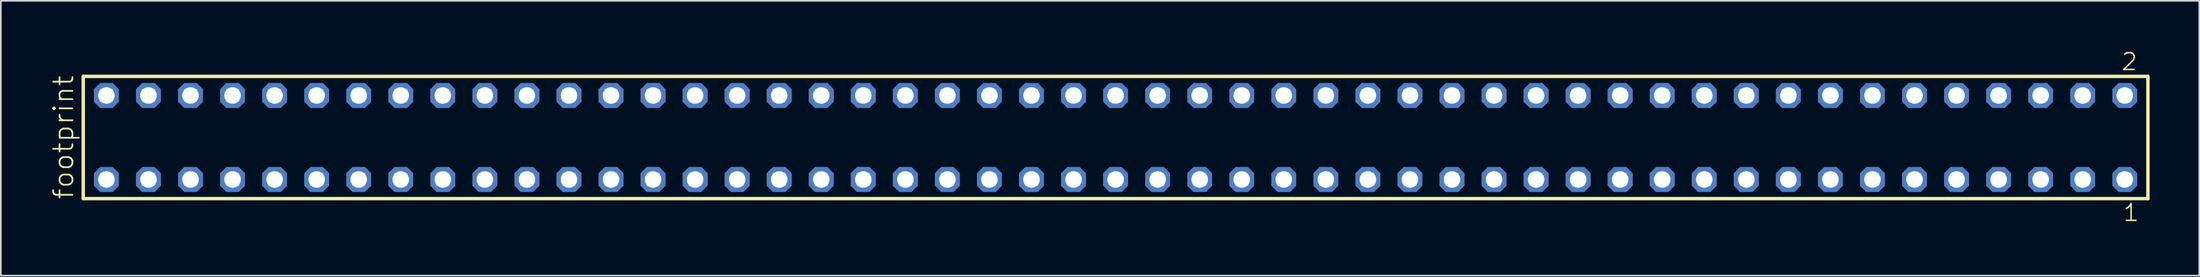
<source format=kicad_pcb>
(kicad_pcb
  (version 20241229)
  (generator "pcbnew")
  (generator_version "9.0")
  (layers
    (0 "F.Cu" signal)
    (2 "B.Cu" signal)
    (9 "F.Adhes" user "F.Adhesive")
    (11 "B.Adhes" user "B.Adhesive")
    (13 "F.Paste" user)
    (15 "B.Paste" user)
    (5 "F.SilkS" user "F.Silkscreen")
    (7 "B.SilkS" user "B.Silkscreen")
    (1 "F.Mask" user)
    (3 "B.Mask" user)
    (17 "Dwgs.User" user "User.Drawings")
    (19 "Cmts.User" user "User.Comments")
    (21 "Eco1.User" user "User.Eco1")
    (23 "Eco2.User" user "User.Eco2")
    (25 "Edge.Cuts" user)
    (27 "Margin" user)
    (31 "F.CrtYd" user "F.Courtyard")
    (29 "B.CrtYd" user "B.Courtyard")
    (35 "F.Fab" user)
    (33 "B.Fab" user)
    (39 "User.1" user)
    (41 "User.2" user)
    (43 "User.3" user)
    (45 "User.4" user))
  (footprint "footprint"
    (layer "F.Cu")
    (at 64.338 5.265)
    (property "Reference" "footprint" (at -62.865 3.81 90) (layer "F.SilkS") (effects (font (size 1.168 1.168) (thickness 0.102)) (justify left bottom)))
    (fp_line (start -62.359 -3.695) (end 62.359 -3.695) (stroke (width 0.203) (type solid)) (layer "F.SilkS"))
    (fp_line (start -62.359 3.695) (end -62.359 -3.695) (stroke (width 0.203) (type solid)) (layer "F.SilkS"))
    (fp_line (start 62.359 -3.695) (end 62.359 3.695) (stroke (width 0.203) (type solid)) (layer "F.SilkS"))
    (fp_line (start 62.359 3.695) (end -62.359 3.695) (stroke (width 0.203) (type solid)) (layer "F.SilkS"))
    (fp_poly (pts (xy -61.31 -2.19) (xy -60.61 -2.19) (xy -60.61 -2.89) (xy -61.31 -2.89)) (stroke (width 0.1) (type solid)) (fill no) (layer "F.Fab"))
    (fp_poly (pts (xy -61.31 2.89) (xy -60.61 2.89) (xy -60.61 2.19) (xy -61.31 2.19)) (stroke (width 0.1) (type solid)) (fill no) (layer "F.Fab"))
    (fp_poly (pts (xy -58.77 -2.19) (xy -58.07 -2.19) (xy -58.07 -2.89) (xy -58.77 -2.89)) (stroke (width 0.1) (type solid)) (fill no) (layer "F.Fab"))
    (fp_poly (pts (xy -58.77 2.89) (xy -58.07 2.89) (xy -58.07 2.19) (xy -58.77 2.19)) (stroke (width 0.1) (type solid)) (fill no) (layer "F.Fab"))
    (fp_poly (pts (xy -56.23 -2.19) (xy -55.53 -2.19) (xy -55.53 -2.89) (xy -56.23 -2.89)) (stroke (width 0.1) (type solid)) (fill no) (layer "F.Fab"))
    (fp_poly (pts (xy -56.23 2.89) (xy -55.53 2.89) (xy -55.53 2.19) (xy -56.23 2.19)) (stroke (width 0.1) (type solid)) (fill no) (layer "F.Fab"))
    (fp_poly (pts (xy -53.69 -2.19) (xy -52.99 -2.19) (xy -52.99 -2.89) (xy -53.69 -2.89)) (stroke (width 0.1) (type solid)) (fill no) (layer "F.Fab"))
    (fp_poly (pts (xy -53.69 2.89) (xy -52.99 2.89) (xy -52.99 2.19) (xy -53.69 2.19)) (stroke (width 0.1) (type solid)) (fill no) (layer "F.Fab"))
    (fp_poly (pts (xy -51.15 -2.19) (xy -50.45 -2.19) (xy -50.45 -2.89) (xy -51.15 -2.89)) (stroke (width 0.1) (type solid)) (fill no) (layer "F.Fab"))
    (fp_poly (pts (xy -51.15 2.89) (xy -50.45 2.89) (xy -50.45 2.19) (xy -51.15 2.19)) (stroke (width 0.1) (type solid)) (fill no) (layer "F.Fab"))
    (fp_poly (pts (xy -48.61 -2.19) (xy -47.91 -2.19) (xy -47.91 -2.89) (xy -48.61 -2.89)) (stroke (width 0.1) (type solid)) (fill no) (layer "F.Fab"))
    (fp_poly (pts (xy -48.61 2.89) (xy -47.91 2.89) (xy -47.91 2.19) (xy -48.61 2.19)) (stroke (width 0.1) (type solid)) (fill no) (layer "F.Fab"))
    (fp_poly (pts (xy -46.07 -2.19) (xy -45.37 -2.19) (xy -45.37 -2.89) (xy -46.07 -2.89)) (stroke (width 0.1) (type solid)) (fill no) (layer "F.Fab"))
    (fp_poly (pts (xy -46.07 2.89) (xy -45.37 2.89) (xy -45.37 2.19) (xy -46.07 2.19)) (stroke (width 0.1) (type solid)) (fill no) (layer "F.Fab"))
    (fp_poly (pts (xy -43.53 -2.19) (xy -42.83 -2.19) (xy -42.83 -2.89) (xy -43.53 -2.89)) (stroke (width 0.1) (type solid)) (fill no) (layer "F.Fab"))
    (fp_poly (pts (xy -43.53 2.89) (xy -42.83 2.89) (xy -42.83 2.19) (xy -43.53 2.19)) (stroke (width 0.1) (type solid)) (fill no) (layer "F.Fab"))
    (fp_poly (pts (xy -40.99 -2.19) (xy -40.29 -2.19) (xy -40.29 -2.89) (xy -40.99 -2.89)) (stroke (width 0.1) (type solid)) (fill no) (layer "F.Fab"))
    (fp_poly (pts (xy -40.99 2.89) (xy -40.29 2.89) (xy -40.29 2.19) (xy -40.99 2.19)) (stroke (width 0.1) (type solid)) (fill no) (layer "F.Fab"))
    (fp_poly (pts (xy -38.45 -2.19) (xy -37.75 -2.19) (xy -37.75 -2.89) (xy -38.45 -2.89)) (stroke (width 0.1) (type solid)) (fill no) (layer "F.Fab"))
    (fp_poly (pts (xy -38.45 2.89) (xy -37.75 2.89) (xy -37.75 2.19) (xy -38.45 2.19)) (stroke (width 0.1) (type solid)) (fill no) (layer "F.Fab"))
    (fp_poly (pts (xy -35.91 -2.19) (xy -35.21 -2.19) (xy -35.21 -2.89) (xy -35.91 -2.89)) (stroke (width 0.1) (type solid)) (fill no) (layer "F.Fab"))
    (fp_poly (pts (xy -35.91 2.89) (xy -35.21 2.89) (xy -35.21 2.19) (xy -35.91 2.19)) (stroke (width 0.1) (type solid)) (fill no) (layer "F.Fab"))
    (fp_poly (pts (xy -33.37 -2.19) (xy -32.67 -2.19) (xy -32.67 -2.89) (xy -33.37 -2.89)) (stroke (width 0.1) (type solid)) (fill no) (layer "F.Fab"))
    (fp_poly (pts (xy -33.37 2.89) (xy -32.67 2.89) (xy -32.67 2.19) (xy -33.37 2.19)) (stroke (width 0.1) (type solid)) (fill no) (layer "F.Fab"))
    (fp_poly (pts (xy -30.83 -2.19) (xy -30.13 -2.19) (xy -30.13 -2.89) (xy -30.83 -2.89)) (stroke (width 0.1) (type solid)) (fill no) (layer "F.Fab"))
    (fp_poly (pts (xy -30.83 2.89) (xy -30.13 2.89) (xy -30.13 2.19) (xy -30.83 2.19)) (stroke (width 0.1) (type solid)) (fill no) (layer "F.Fab"))
    (fp_poly (pts (xy -28.29 -2.19) (xy -27.59 -2.19) (xy -27.59 -2.89) (xy -28.29 -2.89)) (stroke (width 0.1) (type solid)) (fill no) (layer "F.Fab"))
    (fp_poly (pts (xy -28.29 2.89) (xy -27.59 2.89) (xy -27.59 2.19) (xy -28.29 2.19)) (stroke (width 0.1) (type solid)) (fill no) (layer "F.Fab"))
    (fp_poly (pts (xy -25.75 -2.19) (xy -25.05 -2.19) (xy -25.05 -2.89) (xy -25.75 -2.89)) (stroke (width 0.1) (type solid)) (fill no) (layer "F.Fab"))
    (fp_poly (pts (xy -25.75 2.89) (xy -25.05 2.89) (xy -25.05 2.19) (xy -25.75 2.19)) (stroke (width 0.1) (type solid)) (fill no) (layer "F.Fab"))
    (fp_poly (pts (xy -23.21 -2.19) (xy -22.51 -2.19) (xy -22.51 -2.89) (xy -23.21 -2.89)) (stroke (width 0.1) (type solid)) (fill no) (layer "F.Fab"))
    (fp_poly (pts (xy -23.21 2.89) (xy -22.51 2.89) (xy -22.51 2.19) (xy -23.21 2.19)) (stroke (width 0.1) (type solid)) (fill no) (layer "F.Fab"))
    (fp_poly (pts (xy -20.67 -2.19) (xy -19.97 -2.19) (xy -19.97 -2.89) (xy -20.67 -2.89)) (stroke (width 0.1) (type solid)) (fill no) (layer "F.Fab"))
    (fp_poly (pts (xy -20.67 2.89) (xy -19.97 2.89) (xy -19.97 2.19) (xy -20.67 2.19)) (stroke (width 0.1) (type solid)) (fill no) (layer "F.Fab"))
    (fp_poly (pts (xy -18.13 -2.19) (xy -17.43 -2.19) (xy -17.43 -2.89) (xy -18.13 -2.89)) (stroke (width 0.1) (type solid)) (fill no) (layer "F.Fab"))
    (fp_poly (pts (xy -18.13 2.89) (xy -17.43 2.89) (xy -17.43 2.19) (xy -18.13 2.19)) (stroke (width 0.1) (type solid)) (fill no) (layer "F.Fab"))
    (fp_poly (pts (xy -15.59 -2.19) (xy -14.89 -2.19) (xy -14.89 -2.89) (xy -15.59 -2.89)) (stroke (width 0.1) (type solid)) (fill no) (layer "F.Fab"))
    (fp_poly (pts (xy -15.59 2.89) (xy -14.89 2.89) (xy -14.89 2.19) (xy -15.59 2.19)) (stroke (width 0.1) (type solid)) (fill no) (layer "F.Fab"))
    (fp_poly (pts (xy -13.05 -2.19) (xy -12.35 -2.19) (xy -12.35 -2.89) (xy -13.05 -2.89)) (stroke (width 0.1) (type solid)) (fill no) (layer "F.Fab"))
    (fp_poly (pts (xy -13.05 2.89) (xy -12.35 2.89) (xy -12.35 2.19) (xy -13.05 2.19)) (stroke (width 0.1) (type solid)) (fill no) (layer "F.Fab"))
    (fp_poly (pts (xy -10.51 -2.19) (xy -9.81 -2.19) (xy -9.81 -2.89) (xy -10.51 -2.89)) (stroke (width 0.1) (type solid)) (fill no) (layer "F.Fab"))
    (fp_poly (pts (xy -10.51 2.89) (xy -9.81 2.89) (xy -9.81 2.19) (xy -10.51 2.19)) (stroke (width 0.1) (type solid)) (fill no) (layer "F.Fab"))
    (fp_poly (pts (xy -7.97 -2.19) (xy -7.27 -2.19) (xy -7.27 -2.89) (xy -7.97 -2.89)) (stroke (width 0.1) (type solid)) (fill no) (layer "F.Fab"))
    (fp_poly (pts (xy -7.97 2.89) (xy -7.27 2.89) (xy -7.27 2.19) (xy -7.97 2.19)) (stroke (width 0.1) (type solid)) (fill no) (layer "F.Fab"))
    (fp_poly (pts (xy -5.43 -2.19) (xy -4.73 -2.19) (xy -4.73 -2.89) (xy -5.43 -2.89)) (stroke (width 0.1) (type solid)) (fill no) (layer "F.Fab"))
    (fp_poly (pts (xy -5.43 2.89) (xy -4.73 2.89) (xy -4.73 2.19) (xy -5.43 2.19)) (stroke (width 0.1) (type solid)) (fill no) (layer "F.Fab"))
    (fp_poly (pts (xy -2.89 -2.19) (xy -2.19 -2.19) (xy -2.19 -2.89) (xy -2.89 -2.89)) (stroke (width 0.1) (type solid)) (fill no) (layer "F.Fab"))
    (fp_poly (pts (xy -2.89 2.89) (xy -2.19 2.89) (xy -2.19 2.19) (xy -2.89 2.19)) (stroke (width 0.1) (type solid)) (fill no) (layer "F.Fab"))
    (fp_poly (pts (xy -0.35 -2.19) (xy 0.35 -2.19) (xy 0.35 -2.89) (xy -0.35 -2.89)) (stroke (width 0.1) (type solid)) (fill no) (layer "F.Fab"))
    (fp_poly (pts (xy -0.35 2.89) (xy 0.35 2.89) (xy 0.35 2.19) (xy -0.35 2.19)) (stroke (width 0.1) (type solid)) (fill no) (layer "F.Fab"))
    (fp_poly (pts (xy 2.19 -2.19) (xy 2.89 -2.19) (xy 2.89 -2.89) (xy 2.19 -2.89)) (stroke (width 0.1) (type solid)) (fill no) (layer "F.Fab"))
    (fp_poly (pts (xy 2.19 2.89) (xy 2.89 2.89) (xy 2.89 2.19) (xy 2.19 2.19)) (stroke (width 0.1) (type solid)) (fill no) (layer "F.Fab"))
    (fp_poly (pts (xy 4.73 -2.19) (xy 5.43 -2.19) (xy 5.43 -2.89) (xy 4.73 -2.89)) (stroke (width 0.1) (type solid)) (fill no) (layer "F.Fab"))
    (fp_poly (pts (xy 4.73 2.89) (xy 5.43 2.89) (xy 5.43 2.19) (xy 4.73 2.19)) (stroke (width 0.1) (type solid)) (fill no) (layer "F.Fab"))
    (fp_poly (pts (xy 7.27 -2.19) (xy 7.97 -2.19) (xy 7.97 -2.89) (xy 7.27 -2.89)) (stroke (width 0.1) (type solid)) (fill no) (layer "F.Fab"))
    (fp_poly (pts (xy 7.27 2.89) (xy 7.97 2.89) (xy 7.97 2.19) (xy 7.27 2.19)) (stroke (width 0.1) (type solid)) (fill no) (layer "F.Fab"))
    (fp_poly (pts (xy 9.81 -2.19) (xy 10.51 -2.19) (xy 10.51 -2.89) (xy 9.81 -2.89)) (stroke (width 0.1) (type solid)) (fill no) (layer "F.Fab"))
    (fp_poly (pts (xy 9.81 2.89) (xy 10.51 2.89) (xy 10.51 2.19) (xy 9.81 2.19)) (stroke (width 0.1) (type solid)) (fill no) (layer "F.Fab"))
    (fp_poly (pts (xy 12.35 -2.19) (xy 13.05 -2.19) (xy 13.05 -2.89) (xy 12.35 -2.89)) (stroke (width 0.1) (type solid)) (fill no) (layer "F.Fab"))
    (fp_poly (pts (xy 12.35 2.89) (xy 13.05 2.89) (xy 13.05 2.19) (xy 12.35 2.19)) (stroke (width 0.1) (type solid)) (fill no) (layer "F.Fab"))
    (fp_poly (pts (xy 14.89 -2.19) (xy 15.59 -2.19) (xy 15.59 -2.89) (xy 14.89 -2.89)) (stroke (width 0.1) (type solid)) (fill no) (layer "F.Fab"))
    (fp_poly (pts (xy 14.89 2.89) (xy 15.59 2.89) (xy 15.59 2.19) (xy 14.89 2.19)) (stroke (width 0.1) (type solid)) (fill no) (layer "F.Fab"))
    (fp_poly (pts (xy 17.43 -2.19) (xy 18.13 -2.19) (xy 18.13 -2.89) (xy 17.43 -2.89)) (stroke (width 0.1) (type solid)) (fill no) (layer "F.Fab"))
    (fp_poly (pts (xy 17.43 2.89) (xy 18.13 2.89) (xy 18.13 2.19) (xy 17.43 2.19)) (stroke (width 0.1) (type solid)) (fill no) (layer "F.Fab"))
    (fp_poly (pts (xy 19.97 -2.19) (xy 20.67 -2.19) (xy 20.67 -2.89) (xy 19.97 -2.89)) (stroke (width 0.1) (type solid)) (fill no) (layer "F.Fab"))
    (fp_poly (pts (xy 19.97 2.89) (xy 20.67 2.89) (xy 20.67 2.19) (xy 19.97 2.19)) (stroke (width 0.1) (type solid)) (fill no) (layer "F.Fab"))
    (fp_poly (pts (xy 22.51 -2.19) (xy 23.21 -2.19) (xy 23.21 -2.89) (xy 22.51 -2.89)) (stroke (width 0.1) (type solid)) (fill no) (layer "F.Fab"))
    (fp_poly (pts (xy 22.51 2.89) (xy 23.21 2.89) (xy 23.21 2.19) (xy 22.51 2.19)) (stroke (width 0.1) (type solid)) (fill no) (layer "F.Fab"))
    (fp_poly (pts (xy 25.05 -2.19) (xy 25.75 -2.19) (xy 25.75 -2.89) (xy 25.05 -2.89)) (stroke (width 0.1) (type solid)) (fill no) (layer "F.Fab"))
    (fp_poly (pts (xy 25.05 2.89) (xy 25.75 2.89) (xy 25.75 2.19) (xy 25.05 2.19)) (stroke (width 0.1) (type solid)) (fill no) (layer "F.Fab"))
    (fp_poly (pts (xy 27.59 -2.19) (xy 28.29 -2.19) (xy 28.29 -2.89) (xy 27.59 -2.89)) (stroke (width 0.1) (type solid)) (fill no) (layer "F.Fab"))
    (fp_poly (pts (xy 27.59 2.89) (xy 28.29 2.89) (xy 28.29 2.19) (xy 27.59 2.19)) (stroke (width 0.1) (type solid)) (fill no) (layer "F.Fab"))
    (fp_poly (pts (xy 30.13 -2.19) (xy 30.83 -2.19) (xy 30.83 -2.89) (xy 30.13 -2.89)) (stroke (width 0.1) (type solid)) (fill no) (layer "F.Fab"))
    (fp_poly (pts (xy 30.13 2.89) (xy 30.83 2.89) (xy 30.83 2.19) (xy 30.13 2.19)) (stroke (width 0.1) (type solid)) (fill no) (layer "F.Fab"))
    (fp_poly (pts (xy 32.67 -2.19) (xy 33.37 -2.19) (xy 33.37 -2.89) (xy 32.67 -2.89)) (stroke (width 0.1) (type solid)) (fill no) (layer "F.Fab"))
    (fp_poly (pts (xy 32.67 2.89) (xy 33.37 2.89) (xy 33.37 2.19) (xy 32.67 2.19)) (stroke (width 0.1) (type solid)) (fill no) (layer "F.Fab"))
    (fp_poly (pts (xy 35.21 -2.19) (xy 35.91 -2.19) (xy 35.91 -2.89) (xy 35.21 -2.89)) (stroke (width 0.1) (type solid)) (fill no) (layer "F.Fab"))
    (fp_poly (pts (xy 35.21 2.89) (xy 35.91 2.89) (xy 35.91 2.19) (xy 35.21 2.19)) (stroke (width 0.1) (type solid)) (fill no) (layer "F.Fab"))
    (fp_poly (pts (xy 37.75 -2.19) (xy 38.45 -2.19) (xy 38.45 -2.89) (xy 37.75 -2.89)) (stroke (width 0.1) (type solid)) (fill no) (layer "F.Fab"))
    (fp_poly (pts (xy 37.75 2.89) (xy 38.45 2.89) (xy 38.45 2.19) (xy 37.75 2.19)) (stroke (width 0.1) (type solid)) (fill no) (layer "F.Fab"))
    (fp_poly (pts (xy 40.29 -2.19) (xy 40.99 -2.19) (xy 40.99 -2.89) (xy 40.29 -2.89)) (stroke (width 0.1) (type solid)) (fill no) (layer "F.Fab"))
    (fp_poly (pts (xy 40.29 2.89) (xy 40.99 2.89) (xy 40.99 2.19) (xy 40.29 2.19)) (stroke (width 0.1) (type solid)) (fill no) (layer "F.Fab"))
    (fp_poly (pts (xy 42.83 -2.19) (xy 43.53 -2.19) (xy 43.53 -2.89) (xy 42.83 -2.89)) (stroke (width 0.1) (type solid)) (fill no) (layer "F.Fab"))
    (fp_poly (pts (xy 42.83 2.89) (xy 43.53 2.89) (xy 43.53 2.19) (xy 42.83 2.19)) (stroke (width 0.1) (type solid)) (fill no) (layer "F.Fab"))
    (fp_poly (pts (xy 45.37 -2.19) (xy 46.07 -2.19) (xy 46.07 -2.89) (xy 45.37 -2.89)) (stroke (width 0.1) (type solid)) (fill no) (layer "F.Fab"))
    (fp_poly (pts (xy 45.37 2.89) (xy 46.07 2.89) (xy 46.07 2.19) (xy 45.37 2.19)) (stroke (width 0.1) (type solid)) (fill no) (layer "F.Fab"))
    (fp_poly (pts (xy 47.91 -2.19) (xy 48.61 -2.19) (xy 48.61 -2.89) (xy 47.91 -2.89)) (stroke (width 0.1) (type solid)) (fill no) (layer "F.Fab"))
    (fp_poly (pts (xy 47.91 2.89) (xy 48.61 2.89) (xy 48.61 2.19) (xy 47.91 2.19)) (stroke (width 0.1) (type solid)) (fill no) (layer "F.Fab"))
    (fp_poly (pts (xy 50.45 -2.19) (xy 51.15 -2.19) (xy 51.15 -2.89) (xy 50.45 -2.89)) (stroke (width 0.1) (type solid)) (fill no) (layer "F.Fab"))
    (fp_poly (pts (xy 50.45 2.89) (xy 51.15 2.89) (xy 51.15 2.19) (xy 50.45 2.19)) (stroke (width 0.1) (type solid)) (fill no) (layer "F.Fab"))
    (fp_poly (pts (xy 52.99 -2.19) (xy 53.69 -2.19) (xy 53.69 -2.89) (xy 52.99 -2.89)) (stroke (width 0.1) (type solid)) (fill no) (layer "F.Fab"))
    (fp_poly (pts (xy 52.99 2.89) (xy 53.69 2.89) (xy 53.69 2.19) (xy 52.99 2.19)) (stroke (width 0.1) (type solid)) (fill no) (layer "F.Fab"))
    (fp_poly (pts (xy 55.53 -2.19) (xy 56.23 -2.19) (xy 56.23 -2.89) (xy 55.53 -2.89)) (stroke (width 0.1) (type solid)) (fill no) (layer "F.Fab"))
    (fp_poly (pts (xy 55.53 2.89) (xy 56.23 2.89) (xy 56.23 2.19) (xy 55.53 2.19)) (stroke (width 0.1) (type solid)) (fill no) (layer "F.Fab"))
    (fp_poly (pts (xy 58.07 -2.19) (xy 58.77 -2.19) (xy 58.77 -2.89) (xy 58.07 -2.89)) (stroke (width 0.1) (type solid)) (fill no) (layer "F.Fab"))
    (fp_poly (pts (xy 58.07 2.89) (xy 58.77 2.89) (xy 58.77 2.19) (xy 58.07 2.19)) (stroke (width 0.1) (type solid)) (fill no) (layer "F.Fab"))
    (fp_poly (pts (xy 60.61 -2.19) (xy 61.31 -2.19) (xy 61.31 -2.89) (xy 60.61 -2.89)) (stroke (width 0.1) (type solid)) (fill no) (layer "F.Fab"))
    (fp_poly (pts (xy 60.61 2.89) (xy 61.31 2.89) (xy 61.31 2.19) (xy 60.61 2.19)) (stroke (width 0.1) (type solid)) (fill no) (layer "F.Fab"))
    (fp_text user "2" (at 60.702 -3.989 0) (layer "F.SilkS") (effects (font (size 1.012 1.012) (thickness 0.088)) (justify left bottom)))
    (fp_text user "1" (at 60.802 5.138 0) (layer "F.SilkS") (effects (font (size 1.012 1.012) (thickness 0.088)) (justify left bottom)))
    (pad "1" thru_hole roundrect (at 60.96 2.54 180) (size 1.5 1.5) (drill 1) (layers "*.Cu" "*.Mask") (roundrect_rratio 0.25) (chamfer_ratio 0.25) (chamfer top_left top_right bottom_left bottom_right))
    (pad "2" thru_hole roundrect (at 60.96 -2.54 180) (size 1.5 1.5) (drill 1) (layers "*.Cu" "*.Mask") (roundrect_rratio 0.25) (chamfer_ratio 0.25) (chamfer top_left top_right bottom_left bottom_right))
    (pad "3" thru_hole roundrect (at 58.42 2.54 180) (size 1.5 1.5) (drill 1) (layers "*.Cu" "*.Mask") (roundrect_rratio 0.25) (chamfer_ratio 0.25) (chamfer top_left top_right bottom_left bottom_right))
    (pad "4" thru_hole roundrect (at 58.42 -2.54 180) (size 1.5 1.5) (drill 1) (layers "*.Cu" "*.Mask") (roundrect_rratio 0.25) (chamfer_ratio 0.25) (chamfer top_left top_right bottom_left bottom_right))
    (pad "5" thru_hole roundrect (at 55.88 2.54 180) (size 1.5 1.5) (drill 1) (layers "*.Cu" "*.Mask") (roundrect_rratio 0.25) (chamfer_ratio 0.25) (chamfer top_left top_right bottom_left bottom_right))
    (pad "6" thru_hole roundrect (at 55.88 -2.54 180) (size 1.5 1.5) (drill 1) (layers "*.Cu" "*.Mask") (roundrect_rratio 0.25) (chamfer_ratio 0.25) (chamfer top_left top_right bottom_left bottom_right))
    (pad "7" thru_hole roundrect (at 53.34 2.54 180) (size 1.5 1.5) (drill 1) (layers "*.Cu" "*.Mask") (roundrect_rratio 0.25) (chamfer_ratio 0.25) (chamfer top_left top_right bottom_left bottom_right))
    (pad "8" thru_hole roundrect (at 53.34 -2.54 180) (size 1.5 1.5) (drill 1) (layers "*.Cu" "*.Mask") (roundrect_rratio 0.25) (chamfer_ratio 0.25) (chamfer top_left top_right bottom_left bottom_right))
    (pad "9" thru_hole roundrect (at 50.8 2.54 180) (size 1.5 1.5) (drill 1) (layers "*.Cu" "*.Mask") (roundrect_rratio 0.25) (chamfer_ratio 0.25) (chamfer top_left top_right bottom_left bottom_right))
    (pad "10" thru_hole roundrect (at 50.8 -2.54 180) (size 1.5 1.5) (drill 1) (layers "*.Cu" "*.Mask") (roundrect_rratio 0.25) (chamfer_ratio 0.25) (chamfer top_left top_right bottom_left bottom_right))
    (pad "11" thru_hole roundrect (at 48.26 2.54 180) (size 1.5 1.5) (drill 1) (layers "*.Cu" "*.Mask") (roundrect_rratio 0.25) (chamfer_ratio 0.25) (chamfer top_left top_right bottom_left bottom_right))
    (pad "12" thru_hole roundrect (at 48.26 -2.54 180) (size 1.5 1.5) (drill 1) (layers "*.Cu" "*.Mask") (roundrect_rratio 0.25) (chamfer_ratio 0.25) (chamfer top_left top_right bottom_left bottom_right))
    (pad "13" thru_hole roundrect (at 45.72 2.54 180) (size 1.5 1.5) (drill 1) (layers "*.Cu" "*.Mask") (roundrect_rratio 0.25) (chamfer_ratio 0.25) (chamfer top_left top_right bottom_left bottom_right))
    (pad "14" thru_hole roundrect (at 45.72 -2.54 180) (size 1.5 1.5) (drill 1) (layers "*.Cu" "*.Mask") (roundrect_rratio 0.25) (chamfer_ratio 0.25) (chamfer top_left top_right bottom_left bottom_right))
    (pad "15" thru_hole roundrect (at 43.18 2.54 180) (size 1.5 1.5) (drill 1) (layers "*.Cu" "*.Mask") (roundrect_rratio 0.25) (chamfer_ratio 0.25) (chamfer top_left top_right bottom_left bottom_right))
    (pad "16" thru_hole roundrect (at 43.18 -2.54 180) (size 1.5 1.5) (drill 1) (layers "*.Cu" "*.Mask") (roundrect_rratio 0.25) (chamfer_ratio 0.25) (chamfer top_left top_right bottom_left bottom_right))
    (pad "17" thru_hole roundrect (at 40.64 2.54 180) (size 1.5 1.5) (drill 1) (layers "*.Cu" "*.Mask") (roundrect_rratio 0.25) (chamfer_ratio 0.25) (chamfer top_left top_right bottom_left bottom_right))
    (pad "18" thru_hole roundrect (at 40.64 -2.54 180) (size 1.5 1.5) (drill 1) (layers "*.Cu" "*.Mask") (roundrect_rratio 0.25) (chamfer_ratio 0.25) (chamfer top_left top_right bottom_left bottom_right))
    (pad "19" thru_hole roundrect (at 38.1 2.54 180) (size 1.5 1.5) (drill 1) (layers "*.Cu" "*.Mask") (roundrect_rratio 0.25) (chamfer_ratio 0.25) (chamfer top_left top_right bottom_left bottom_right))
    (pad "20" thru_hole roundrect (at 38.1 -2.54 180) (size 1.5 1.5) (drill 1) (layers "*.Cu" "*.Mask") (roundrect_rratio 0.25) (chamfer_ratio 0.25) (chamfer top_left top_right bottom_left bottom_right))
    (pad "21" thru_hole roundrect (at 35.56 2.54 180) (size 1.5 1.5) (drill 1) (layers "*.Cu" "*.Mask") (roundrect_rratio 0.25) (chamfer_ratio 0.25) (chamfer top_left top_right bottom_left bottom_right))
    (pad "22" thru_hole roundrect (at 35.56 -2.54 180) (size 1.5 1.5) (drill 1) (layers "*.Cu" "*.Mask") (roundrect_rratio 0.25) (chamfer_ratio 0.25) (chamfer top_left top_right bottom_left bottom_right))
    (pad "23" thru_hole roundrect (at 33.02 2.54 180) (size 1.5 1.5) (drill 1) (layers "*.Cu" "*.Mask") (roundrect_rratio 0.25) (chamfer_ratio 0.25) (chamfer top_left top_right bottom_left bottom_right))
    (pad "24" thru_hole roundrect (at 33.02 -2.54 180) (size 1.5 1.5) (drill 1) (layers "*.Cu" "*.Mask") (roundrect_rratio 0.25) (chamfer_ratio 0.25) (chamfer top_left top_right bottom_left bottom_right))
    (pad "25" thru_hole roundrect (at 30.48 2.54 180) (size 1.5 1.5) (drill 1) (layers "*.Cu" "*.Mask") (roundrect_rratio 0.25) (chamfer_ratio 0.25) (chamfer top_left top_right bottom_left bottom_right))
    (pad "26" thru_hole roundrect (at 30.48 -2.54 180) (size 1.5 1.5) (drill 1) (layers "*.Cu" "*.Mask") (roundrect_rratio 0.25) (chamfer_ratio 0.25) (chamfer top_left top_right bottom_left bottom_right))
    (pad "27" thru_hole roundrect (at 27.94 2.54 180) (size 1.5 1.5) (drill 1) (layers "*.Cu" "*.Mask") (roundrect_rratio 0.25) (chamfer_ratio 0.25) (chamfer top_left top_right bottom_left bottom_right))
    (pad "28" thru_hole roundrect (at 27.94 -2.54 180) (size 1.5 1.5) (drill 1) (layers "*.Cu" "*.Mask") (roundrect_rratio 0.25) (chamfer_ratio 0.25) (chamfer top_left top_right bottom_left bottom_right))
    (pad "29" thru_hole roundrect (at 25.4 2.54 180) (size 1.5 1.5) (drill 1) (layers "*.Cu" "*.Mask") (roundrect_rratio 0.25) (chamfer_ratio 0.25) (chamfer top_left top_right bottom_left bottom_right))
    (pad "30" thru_hole roundrect (at 25.4 -2.54 180) (size 1.5 1.5) (drill 1) (layers "*.Cu" "*.Mask") (roundrect_rratio 0.25) (chamfer_ratio 0.25) (chamfer top_left top_right bottom_left bottom_right))
    (pad "31" thru_hole roundrect (at 22.86 2.54 180) (size 1.5 1.5) (drill 1) (layers "*.Cu" "*.Mask") (roundrect_rratio 0.25) (chamfer_ratio 0.25) (chamfer top_left top_right bottom_left bottom_right))
    (pad "32" thru_hole roundrect (at 22.86 -2.54 180) (size 1.5 1.5) (drill 1) (layers "*.Cu" "*.Mask") (roundrect_rratio 0.25) (chamfer_ratio 0.25) (chamfer top_left top_right bottom_left bottom_right))
    (pad "33" thru_hole roundrect (at 20.32 2.54 180) (size 1.5 1.5) (drill 1) (layers "*.Cu" "*.Mask") (roundrect_rratio 0.25) (chamfer_ratio 0.25) (chamfer top_left top_right bottom_left bottom_right))
    (pad "34" thru_hole roundrect (at 20.32 -2.54 180) (size 1.5 1.5) (drill 1) (layers "*.Cu" "*.Mask") (roundrect_rratio 0.25) (chamfer_ratio 0.25) (chamfer top_left top_right bottom_left bottom_right))
    (pad "35" thru_hole roundrect (at 17.78 2.54 180) (size 1.5 1.5) (drill 1) (layers "*.Cu" "*.Mask") (roundrect_rratio 0.25) (chamfer_ratio 0.25) (chamfer top_left top_right bottom_left bottom_right))
    (pad "36" thru_hole roundrect (at 17.78 -2.54 180) (size 1.5 1.5) (drill 1) (layers "*.Cu" "*.Mask") (roundrect_rratio 0.25) (chamfer_ratio 0.25) (chamfer top_left top_right bottom_left bottom_right))
    (pad "37" thru_hole roundrect (at 15.24 2.54 180) (size 1.5 1.5) (drill 1) (layers "*.Cu" "*.Mask") (roundrect_rratio 0.25) (chamfer_ratio 0.25) (chamfer top_left top_right bottom_left bottom_right))
    (pad "38" thru_hole roundrect (at 15.24 -2.54 180) (size 1.5 1.5) (drill 1) (layers "*.Cu" "*.Mask") (roundrect_rratio 0.25) (chamfer_ratio 0.25) (chamfer top_left top_right bottom_left bottom_right))
    (pad "39" thru_hole roundrect (at 12.7 2.54 180) (size 1.5 1.5) (drill 1) (layers "*.Cu" "*.Mask") (roundrect_rratio 0.25) (chamfer_ratio 0.25) (chamfer top_left top_right bottom_left bottom_right))
    (pad "40" thru_hole roundrect (at 12.7 -2.54 180) (size 1.5 1.5) (drill 1) (layers "*.Cu" "*.Mask") (roundrect_rratio 0.25) (chamfer_ratio 0.25) (chamfer top_left top_right bottom_left bottom_right))
    (pad "41" thru_hole roundrect (at 10.16 2.54 180) (size 1.5 1.5) (drill 1) (layers "*.Cu" "*.Mask") (roundrect_rratio 0.25) (chamfer_ratio 0.25) (chamfer top_left top_right bottom_left bottom_right))
    (pad "42" thru_hole roundrect (at 10.16 -2.54 180) (size 1.5 1.5) (drill 1) (layers "*.Cu" "*.Mask") (roundrect_rratio 0.25) (chamfer_ratio 0.25) (chamfer top_left top_right bottom_left bottom_right))
    (pad "43" thru_hole roundrect (at 7.62 2.54 180) (size 1.5 1.5) (drill 1) (layers "*.Cu" "*.Mask") (roundrect_rratio 0.25) (chamfer_ratio 0.25) (chamfer top_left top_right bottom_left bottom_right))
    (pad "44" thru_hole roundrect (at 7.62 -2.54 180) (size 1.5 1.5) (drill 1) (layers "*.Cu" "*.Mask") (roundrect_rratio 0.25) (chamfer_ratio 0.25) (chamfer top_left top_right bottom_left bottom_right))
    (pad "45" thru_hole roundrect (at 5.08 2.54 180) (size 1.5 1.5) (drill 1) (layers "*.Cu" "*.Mask") (roundrect_rratio 0.25) (chamfer_ratio 0.25) (chamfer top_left top_right bottom_left bottom_right))
    (pad "46" thru_hole roundrect (at 5.08 -2.54 180) (size 1.5 1.5) (drill 1) (layers "*.Cu" "*.Mask") (roundrect_rratio 0.25) (chamfer_ratio 0.25) (chamfer top_left top_right bottom_left bottom_right))
    (pad "47" thru_hole roundrect (at 2.54 2.54 180) (size 1.5 1.5) (drill 1) (layers "*.Cu" "*.Mask") (roundrect_rratio 0.25) (chamfer_ratio 0.25) (chamfer top_left top_right bottom_left bottom_right))
    (pad "48" thru_hole roundrect (at 2.54 -2.54 180) (size 1.5 1.5) (drill 1) (layers "*.Cu" "*.Mask") (roundrect_rratio 0.25) (chamfer_ratio 0.25) (chamfer top_left top_right bottom_left bottom_right))
    (pad "49" thru_hole roundrect (at 0 2.54 180) (size 1.5 1.5) (drill 1) (layers "*.Cu" "*.Mask") (roundrect_rratio 0.25) (chamfer_ratio 0.25) (chamfer top_left top_right bottom_left bottom_right))
    (pad "50" thru_hole roundrect (at 0 -2.54 180) (size 1.5 1.5) (drill 1) (layers "*.Cu" "*.Mask") (roundrect_rratio 0.25) (chamfer_ratio 0.25) (chamfer top_left top_right bottom_left bottom_right))
    (pad "51" thru_hole roundrect (at -2.54 2.54 180) (size 1.5 1.5) (drill 1) (layers "*.Cu" "*.Mask") (roundrect_rratio 0.25) (chamfer_ratio 0.25) (chamfer top_left top_right bottom_left bottom_right))
    (pad "52" thru_hole roundrect (at -2.54 -2.54 180) (size 1.5 1.5) (drill 1) (layers "*.Cu" "*.Mask") (roundrect_rratio 0.25) (chamfer_ratio 0.25) (chamfer top_left top_right bottom_left bottom_right))
    (pad "53" thru_hole roundrect (at -5.08 2.54 180) (size 1.5 1.5) (drill 1) (layers "*.Cu" "*.Mask") (roundrect_rratio 0.25) (chamfer_ratio 0.25) (chamfer top_left top_right bottom_left bottom_right))
    (pad "54" thru_hole roundrect (at -5.08 -2.54 180) (size 1.5 1.5) (drill 1) (layers "*.Cu" "*.Mask") (roundrect_rratio 0.25) (chamfer_ratio 0.25) (chamfer top_left top_right bottom_left bottom_right))
    (pad "55" thru_hole roundrect (at -7.62 2.54 180) (size 1.5 1.5) (drill 1) (layers "*.Cu" "*.Mask") (roundrect_rratio 0.25) (chamfer_ratio 0.25) (chamfer top_left top_right bottom_left bottom_right))
    (pad "56" thru_hole roundrect (at -7.62 -2.54 180) (size 1.5 1.5) (drill 1) (layers "*.Cu" "*.Mask") (roundrect_rratio 0.25) (chamfer_ratio 0.25) (chamfer top_left top_right bottom_left bottom_right))
    (pad "57" thru_hole roundrect (at -10.16 2.54 180) (size 1.5 1.5) (drill 1) (layers "*.Cu" "*.Mask") (roundrect_rratio 0.25) (chamfer_ratio 0.25) (chamfer top_left top_right bottom_left bottom_right))
    (pad "58" thru_hole roundrect (at -10.16 -2.54 180) (size 1.5 1.5) (drill 1) (layers "*.Cu" "*.Mask") (roundrect_rratio 0.25) (chamfer_ratio 0.25) (chamfer top_left top_right bottom_left bottom_right))
    (pad "59" thru_hole roundrect (at -12.7 2.54 180) (size 1.5 1.5) (drill 1) (layers "*.Cu" "*.Mask") (roundrect_rratio 0.25) (chamfer_ratio 0.25) (chamfer top_left top_right bottom_left bottom_right))
    (pad "60" thru_hole roundrect (at -12.7 -2.54 180) (size 1.5 1.5) (drill 1) (layers "*.Cu" "*.Mask") (roundrect_rratio 0.25) (chamfer_ratio 0.25) (chamfer top_left top_right bottom_left bottom_right))
    (pad "61" thru_hole roundrect (at -15.24 2.54 180) (size 1.5 1.5) (drill 1) (layers "*.Cu" "*.Mask") (roundrect_rratio 0.25) (chamfer_ratio 0.25) (chamfer top_left top_right bottom_left bottom_right))
    (pad "62" thru_hole roundrect (at -15.24 -2.54 180) (size 1.5 1.5) (drill 1) (layers "*.Cu" "*.Mask") (roundrect_rratio 0.25) (chamfer_ratio 0.25) (chamfer top_left top_right bottom_left bottom_right))
    (pad "63" thru_hole roundrect (at -17.78 2.54 180) (size 1.5 1.5) (drill 1) (layers "*.Cu" "*.Mask") (roundrect_rratio 0.25) (chamfer_ratio 0.25) (chamfer top_left top_right bottom_left bottom_right))
    (pad "64" thru_hole roundrect (at -17.78 -2.54 180) (size 1.5 1.5) (drill 1) (layers "*.Cu" "*.Mask") (roundrect_rratio 0.25) (chamfer_ratio 0.25) (chamfer top_left top_right bottom_left bottom_right))
    (pad "65" thru_hole roundrect (at -20.32 2.54 180) (size 1.5 1.5) (drill 1) (layers "*.Cu" "*.Mask") (roundrect_rratio 0.25) (chamfer_ratio 0.25) (chamfer top_left top_right bottom_left bottom_right))
    (pad "66" thru_hole roundrect (at -20.32 -2.54 180) (size 1.5 1.5) (drill 1) (layers "*.Cu" "*.Mask") (roundrect_rratio 0.25) (chamfer_ratio 0.25) (chamfer top_left top_right bottom_left bottom_right))
    (pad "67" thru_hole roundrect (at -22.86 2.54 180) (size 1.5 1.5) (drill 1) (layers "*.Cu" "*.Mask") (roundrect_rratio 0.25) (chamfer_ratio 0.25) (chamfer top_left top_right bottom_left bottom_right))
    (pad "68" thru_hole roundrect (at -22.86 -2.54 180) (size 1.5 1.5) (drill 1) (layers "*.Cu" "*.Mask") (roundrect_rratio 0.25) (chamfer_ratio 0.25) (chamfer top_left top_right bottom_left bottom_right))
    (pad "69" thru_hole roundrect (at -25.4 2.54 180) (size 1.5 1.5) (drill 1) (layers "*.Cu" "*.Mask") (roundrect_rratio 0.25) (chamfer_ratio 0.25) (chamfer top_left top_right bottom_left bottom_right))
    (pad "70" thru_hole roundrect (at -25.4 -2.54 180) (size 1.5 1.5) (drill 1) (layers "*.Cu" "*.Mask") (roundrect_rratio 0.25) (chamfer_ratio 0.25) (chamfer top_left top_right bottom_left bottom_right))
    (pad "71" thru_hole roundrect (at -27.94 2.54 180) (size 1.5 1.5) (drill 1) (layers "*.Cu" "*.Mask") (roundrect_rratio 0.25) (chamfer_ratio 0.25) (chamfer top_left top_right bottom_left bottom_right))
    (pad "72" thru_hole roundrect (at -27.94 -2.54 180) (size 1.5 1.5) (drill 1) (layers "*.Cu" "*.Mask") (roundrect_rratio 0.25) (chamfer_ratio 0.25) (chamfer top_left top_right bottom_left bottom_right))
    (pad "73" thru_hole roundrect (at -30.48 2.54 180) (size 1.5 1.5) (drill 1) (layers "*.Cu" "*.Mask") (roundrect_rratio 0.25) (chamfer_ratio 0.25) (chamfer top_left top_right bottom_left bottom_right))
    (pad "74" thru_hole roundrect (at -30.48 -2.54 180) (size 1.5 1.5) (drill 1) (layers "*.Cu" "*.Mask") (roundrect_rratio 0.25) (chamfer_ratio 0.25) (chamfer top_left top_right bottom_left bottom_right))
    (pad "75" thru_hole roundrect (at -33.02 2.54 180) (size 1.5 1.5) (drill 1) (layers "*.Cu" "*.Mask") (roundrect_rratio 0.25) (chamfer_ratio 0.25) (chamfer top_left top_right bottom_left bottom_right))
    (pad "76" thru_hole roundrect (at -33.02 -2.54 180) (size 1.5 1.5) (drill 1) (layers "*.Cu" "*.Mask") (roundrect_rratio 0.25) (chamfer_ratio 0.25) (chamfer top_left top_right bottom_left bottom_right))
    (pad "77" thru_hole roundrect (at -35.56 2.54 180) (size 1.5 1.5) (drill 1) (layers "*.Cu" "*.Mask") (roundrect_rratio 0.25) (chamfer_ratio 0.25) (chamfer top_left top_right bottom_left bottom_right))
    (pad "78" thru_hole roundrect (at -35.56 -2.54 180) (size 1.5 1.5) (drill 1) (layers "*.Cu" "*.Mask") (roundrect_rratio 0.25) (chamfer_ratio 0.25) (chamfer top_left top_right bottom_left bottom_right))
    (pad "79" thru_hole roundrect (at -38.1 2.54 180) (size 1.5 1.5) (drill 1) (layers "*.Cu" "*.Mask") (roundrect_rratio 0.25) (chamfer_ratio 0.25) (chamfer top_left top_right bottom_left bottom_right))
    (pad "80" thru_hole roundrect (at -38.1 -2.54 180) (size 1.5 1.5) (drill 1) (layers "*.Cu" "*.Mask") (roundrect_rratio 0.25) (chamfer_ratio 0.25) (chamfer top_left top_right bottom_left bottom_right))
    (pad "81" thru_hole roundrect (at -40.64 2.54 180) (size 1.5 1.5) (drill 1) (layers "*.Cu" "*.Mask") (roundrect_rratio 0.25) (chamfer_ratio 0.25) (chamfer top_left top_right bottom_left bottom_right))
    (pad "82" thru_hole roundrect (at -40.64 -2.54 180) (size 1.5 1.5) (drill 1) (layers "*.Cu" "*.Mask") (roundrect_rratio 0.25) (chamfer_ratio 0.25) (chamfer top_left top_right bottom_left bottom_right))
    (pad "83" thru_hole roundrect (at -43.18 2.54 180) (size 1.5 1.5) (drill 1) (layers "*.Cu" "*.Mask") (roundrect_rratio 0.25) (chamfer_ratio 0.25) (chamfer top_left top_right bottom_left bottom_right))
    (pad "84" thru_hole roundrect (at -43.18 -2.54 180) (size 1.5 1.5) (drill 1) (layers "*.Cu" "*.Mask") (roundrect_rratio 0.25) (chamfer_ratio 0.25) (chamfer top_left top_right bottom_left bottom_right))
    (pad "85" thru_hole roundrect (at -45.72 2.54 180) (size 1.5 1.5) (drill 1) (layers "*.Cu" "*.Mask") (roundrect_rratio 0.25) (chamfer_ratio 0.25) (chamfer top_left top_right bottom_left bottom_right))
    (pad "86" thru_hole roundrect (at -45.72 -2.54 180) (size 1.5 1.5) (drill 1) (layers "*.Cu" "*.Mask") (roundrect_rratio 0.25) (chamfer_ratio 0.25) (chamfer top_left top_right bottom_left bottom_right))
    (pad "87" thru_hole roundrect (at -48.26 2.54 180) (size 1.5 1.5) (drill 1) (layers "*.Cu" "*.Mask") (roundrect_rratio 0.25) (chamfer_ratio 0.25) (chamfer top_left top_right bottom_left bottom_right))
    (pad "88" thru_hole roundrect (at -48.26 -2.54 180) (size 1.5 1.5) (drill 1) (layers "*.Cu" "*.Mask") (roundrect_rratio 0.25) (chamfer_ratio 0.25) (chamfer top_left top_right bottom_left bottom_right))
    (pad "89" thru_hole roundrect (at -50.8 2.54 180) (size 1.5 1.5) (drill 1) (layers "*.Cu" "*.Mask") (roundrect_rratio 0.25) (chamfer_ratio 0.25) (chamfer top_left top_right bottom_left bottom_right))
    (pad "90" thru_hole roundrect (at -50.8 -2.54 180) (size 1.5 1.5) (drill 1) (layers "*.Cu" "*.Mask") (roundrect_rratio 0.25) (chamfer_ratio 0.25) (chamfer top_left top_right bottom_left bottom_right))
    (pad "91" thru_hole roundrect (at -53.34 2.54 180) (size 1.5 1.5) (drill 1) (layers "*.Cu" "*.Mask") (roundrect_rratio 0.25) (chamfer_ratio 0.25) (chamfer top_left top_right bottom_left bottom_right))
    (pad "92" thru_hole roundrect (at -53.34 -2.54 180) (size 1.5 1.5) (drill 1) (layers "*.Cu" "*.Mask") (roundrect_rratio 0.25) (chamfer_ratio 0.25) (chamfer top_left top_right bottom_left bottom_right))
    (pad "93" thru_hole roundrect (at -55.88 2.54 180) (size 1.5 1.5) (drill 1) (layers "*.Cu" "*.Mask") (roundrect_rratio 0.25) (chamfer_ratio 0.25) (chamfer top_left top_right bottom_left bottom_right))
    (pad "94" thru_hole roundrect (at -55.88 -2.54 180) (size 1.5 1.5) (drill 1) (layers "*.Cu" "*.Mask") (roundrect_rratio 0.25) (chamfer_ratio 0.25) (chamfer top_left top_right bottom_left bottom_right))
    (pad "95" thru_hole roundrect (at -58.42 2.54 180) (size 1.5 1.5) (drill 1) (layers "*.Cu" "*.Mask") (roundrect_rratio 0.25) (chamfer_ratio 0.25) (chamfer top_left top_right bottom_left bottom_right))
    (pad "96" thru_hole roundrect (at -58.42 -2.54 180) (size 1.5 1.5) (drill 1) (layers "*.Cu" "*.Mask") (roundrect_rratio 0.25) (chamfer_ratio 0.25) (chamfer top_left top_right bottom_left bottom_right))
    (pad "97" thru_hole roundrect (at -60.96 2.54 180) (size 1.5 1.5) (drill 1) (layers "*.Cu" "*.Mask") (roundrect_rratio 0.25) (chamfer_ratio 0.25) (chamfer top_left top_right bottom_left bottom_right))
    (pad "98" thru_hole roundrect (at -60.96 -2.54 180) (size 1.5 1.5) (drill 1) (layers "*.Cu" "*.Mask") (roundrect_rratio 0.25) (chamfer_ratio 0.25) (chamfer top_left top_right bottom_left bottom_right)))
  (gr_rect
    (start -3 -3)
    (end 129.799 13.62)
    (stroke (width 0.1) (type default))
    (fill no)
    (layer "Edge.Cuts")))
</source>
